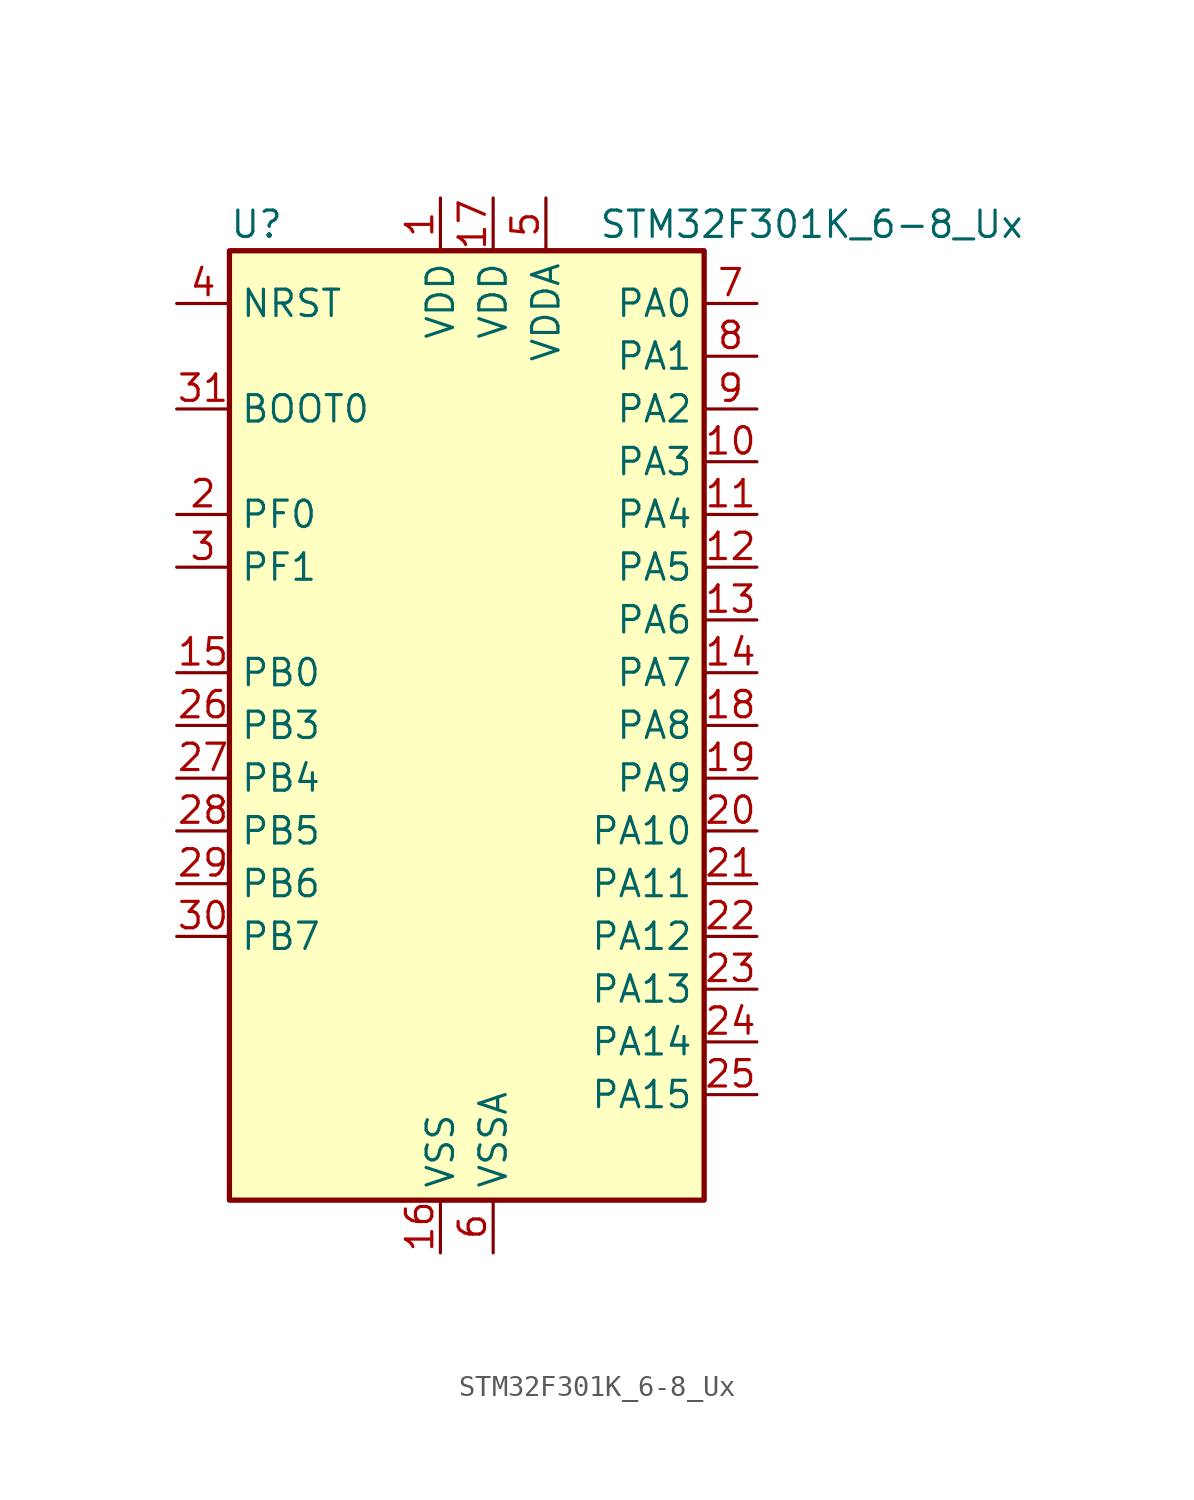
<source format=kicad_sym>
(kicad_symbol_lib
  (version 20220914)
  (generator kicad_symbol_editor)
  (symbol "STM32F301K_6-8_Ux"
    (property "Reference" "U"
      (at -10.16 24.13 0)
      (effects (font (size 1.27 1.27)) (justify left)))
    (property "Value" "STM32F301K_6-8_Ux"
      (at 7.62 24.13 0)
      (effects (font (size 1.27 1.27)) (justify left)))
    (property "ki_locked" ""
      (at 0 0 0)
      (effects (font (size 1.27 1.27))))
    (symbol "STM32F301K_6-8_Ux_0_1"
      (rectangle (start -10.16 -22.86) (end 12.7 22.86) (stroke (width 0.254) (type default)) (fill (type background))))
    (symbol "STM32F301K_6-8_Ux_1_1"
      (pin power_in line (at 0 25.4 270) (length 2.54) (name "VDD" (effects (font (size 1.27 1.27)))) (number "1" (effects (font (size 1.27 1.27)))))
      (pin bidirectional line (at 15.24 12.7 180) (length 2.54) (name "PA3" (effects (font (size 1.27 1.27)))) (number "10" (effects (font (size 1.27 1.27)))) (alternate "ADC1_IN4" bidirectional line) (alternate "TIM15_CH2" bidirectional line) (alternate "TIM2_CH4" bidirectional line) (alternate "TSC_G1_IO4" bidirectional line) (alternate "USART2_RX" bidirectional line))
      (pin bidirectional line (at 15.24 10.16 180) (length 2.54) (name "PA4" (effects (font (size 1.27 1.27)))) (number "11" (effects (font (size 1.27 1.27)))) (alternate "ADC1_IN5" bidirectional line) (alternate "COMP2_INM" bidirectional line) (alternate "COMP4_INM" bidirectional line) (alternate "DAC_OUT1" bidirectional line) (alternate "I2S3_WS" bidirectional line) (alternate "SPI3_NSS" bidirectional line) (alternate "TSC_G2_IO1" bidirectional line) (alternate "USART2_CK" bidirectional line))
      (pin bidirectional line (at 15.24 7.62 180) (length 2.54) (name "PA5" (effects (font (size 1.27 1.27)))) (number "12" (effects (font (size 1.27 1.27)))) (alternate "OPAMP2_VINM" bidirectional line) (alternate "OPAMP2_VINM_SEC" bidirectional line) (alternate "TIM2_CH1" bidirectional line) (alternate "TIM2_ETR" bidirectional line) (alternate "TSC_G2_IO2" bidirectional line))
      (pin bidirectional line (at 15.24 5.08 180) (length 2.54) (name "PA6" (effects (font (size 1.27 1.27)))) (number "13" (effects (font (size 1.27 1.27)))) (alternate "ADC1_IN10" bidirectional line) (alternate "OPAMP2_VOUT" bidirectional line) (alternate "TIM16_CH1" bidirectional line) (alternate "TIM1_BKIN" bidirectional line) (alternate "TSC_G2_IO3" bidirectional line))
      (pin bidirectional line (at 15.24 2.54 180) (length 2.54) (name "PA7" (effects (font (size 1.27 1.27)))) (number "14" (effects (font (size 1.27 1.27)))) (alternate "ADC1_IN15" bidirectional line) (alternate "COMP2_INP" bidirectional line) (alternate "OPAMP2_VINP" bidirectional line) (alternate "OPAMP2_VINP_SEC" bidirectional line) (alternate "TIM17_CH1" bidirectional line) (alternate "TIM1_CH1N" bidirectional line) (alternate "TSC_G2_IO4" bidirectional line))
      (pin bidirectional line (at -12.7 2.54 0) (length 2.54) (name "PB0" (effects (font (size 1.27 1.27)))) (number "15" (effects (font (size 1.27 1.27)))) (alternate "ADC1_IN11" bidirectional line) (alternate "COMP4_INP" bidirectional line) (alternate "OPAMP2_VINP" bidirectional line) (alternate "OPAMP2_VINP_SEC" bidirectional line) (alternate "TIM1_CH2N" bidirectional line) (alternate "TSC_G3_IO2" bidirectional line))
      (pin power_in line (at 0 -25.4 90) (length 2.54) (name "VSS" (effects (font (size 1.27 1.27)))) (number "16" (effects (font (size 1.27 1.27)))))
      (pin power_in line (at 2.54 25.4 270) (length 2.54) (name "VDD" (effects (font (size 1.27 1.27)))) (number "17" (effects (font (size 1.27 1.27)))))
      (pin bidirectional line (at 15.24 0 180) (length 2.54) (name "PA8" (effects (font (size 1.27 1.27)))) (number "18" (effects (font (size 1.27 1.27)))) (alternate "I2C2_SMBA" bidirectional line) (alternate "I2C3_SCL" bidirectional line) (alternate "I2S2_MCK" bidirectional line) (alternate "RCC_MCO" bidirectional line) (alternate "TIM1_CH1" bidirectional line) (alternate "USART1_CK" bidirectional line))
      (pin bidirectional line (at 15.24 -2.54 180) (length 2.54) (name "PA9" (effects (font (size 1.27 1.27)))) (number "19" (effects (font (size 1.27 1.27)))) (alternate "DAC_EXTI9" bidirectional line) (alternate "I2C2_SCL" bidirectional line) (alternate "I2C3_SMBA" bidirectional line) (alternate "I2S3_MCK" bidirectional line) (alternate "TIM15_BKIN" bidirectional line) (alternate "TIM1_CH2" bidirectional line) (alternate "TIM2_CH3" bidirectional line) (alternate "TSC_G4_IO1" bidirectional line) (alternate "USART1_TX" bidirectional line))
      (pin bidirectional line (at -12.7 10.16 0) (length 2.54) (name "PF0" (effects (font (size 1.27 1.27)))) (number "2" (effects (font (size 1.27 1.27)))) (alternate "I2C2_SDA" bidirectional line) (alternate "I2S2_WS" bidirectional line) (alternate "RCC_OSC_IN" bidirectional line) (alternate "SPI2_NSS" bidirectional line) (alternate "TIM1_CH3N" bidirectional line))
      (pin bidirectional line (at 15.24 -5.08 180) (length 2.54) (name "PA10" (effects (font (size 1.27 1.27)))) (number "20" (effects (font (size 1.27 1.27)))) (alternate "I2C2_SDA" bidirectional line) (alternate "I2S2_ext_SD" bidirectional line) (alternate "SPI2_MISO" bidirectional line) (alternate "TIM17_BKIN" bidirectional line) (alternate "TIM1_CH3" bidirectional line) (alternate "TIM2_CH4" bidirectional line) (alternate "TSC_G4_IO2" bidirectional line) (alternate "USART1_RX" bidirectional line))
      (pin bidirectional line (at 15.24 -7.62 180) (length 2.54) (name "PA11" (effects (font (size 1.27 1.27)))) (number "21" (effects (font (size 1.27 1.27)))) (alternate "ADC1_EXTI11" bidirectional line) (alternate "I2S2_SD" bidirectional line) (alternate "SPI2_MOSI" bidirectional line) (alternate "TIM1_BKIN2" bidirectional line) (alternate "TIM1_CH1N" bidirectional line) (alternate "TIM1_CH4" bidirectional line) (alternate "USART1_CTS" bidirectional line))
      (pin bidirectional line (at 15.24 -10.16 180) (length 2.54) (name "PA12" (effects (font (size 1.27 1.27)))) (number "22" (effects (font (size 1.27 1.27)))) (alternate "COMP2_OUT" bidirectional line) (alternate "I2S_CKIN" bidirectional line) (alternate "TIM16_CH1" bidirectional line) (alternate "TIM1_CH2N" bidirectional line) (alternate "TIM1_ETR" bidirectional line) (alternate "USART1_DE" bidirectional line) (alternate "USART1_RTS" bidirectional line))
      (pin bidirectional line (at 15.24 -12.7 180) (length 2.54) (name "PA13" (effects (font (size 1.27 1.27)))) (number "23" (effects (font (size 1.27 1.27)))) (alternate "IR_OUT" bidirectional line) (alternate "SYS_JTMS-SWDIO" bidirectional line) (alternate "TIM16_CH1N" bidirectional line) (alternate "TSC_G4_IO3" bidirectional line))
      (pin bidirectional line (at 15.24 -15.24 180) (length 2.54) (name "PA14" (effects (font (size 1.27 1.27)))) (number "24" (effects (font (size 1.27 1.27)))) (alternate "I2C1_SDA" bidirectional line) (alternate "SYS_JTCK-SWCLK" bidirectional line) (alternate "TIM1_BKIN" bidirectional line) (alternate "TSC_G4_IO4" bidirectional line) (alternate "USART2_TX" bidirectional line))
      (pin bidirectional line (at 15.24 -17.78 180) (length 2.54) (name "PA15" (effects (font (size 1.27 1.27)))) (number "25" (effects (font (size 1.27 1.27)))) (alternate "ADC1_EXTI15" bidirectional line) (alternate "I2C1_SCL" bidirectional line) (alternate "I2S3_WS" bidirectional line) (alternate "SPI3_NSS" bidirectional line) (alternate "SYS_JTDI" bidirectional line) (alternate "TIM1_BKIN" bidirectional line) (alternate "TIM2_CH1" bidirectional line) (alternate "TIM2_ETR" bidirectional line) (alternate "TSC_SYNC" bidirectional line) (alternate "USART2_RX" bidirectional line))
      (pin bidirectional line (at -12.7 0 0) (length 2.54) (name "PB3" (effects (font (size 1.27 1.27)))) (number "26" (effects (font (size 1.27 1.27)))) (alternate "I2S3_CK" bidirectional line) (alternate "SPI3_SCK" bidirectional line) (alternate "SYS_JTDO-TRACESWO" bidirectional line) (alternate "TIM2_CH2" bidirectional line) (alternate "TSC_G5_IO1" bidirectional line) (alternate "USART2_TX" bidirectional line))
      (pin bidirectional line (at -12.7 -2.54 0) (length 2.54) (name "PB4" (effects (font (size 1.27 1.27)))) (number "27" (effects (font (size 1.27 1.27)))) (alternate "I2S3_ext_SD" bidirectional line) (alternate "SPI3_MISO" bidirectional line) (alternate "SYS_NJTRST" bidirectional line) (alternate "TIM16_CH1" bidirectional line) (alternate "TIM17_BKIN" bidirectional line) (alternate "TSC_G5_IO2" bidirectional line) (alternate "USART2_RX" bidirectional line))
      (pin bidirectional line (at -12.7 -5.08 0) (length 2.54) (name "PB5" (effects (font (size 1.27 1.27)))) (number "28" (effects (font (size 1.27 1.27)))) (alternate "I2C1_SMBA" bidirectional line) (alternate "I2C3_SDA" bidirectional line) (alternate "I2S3_SD" bidirectional line) (alternate "SPI3_MOSI" bidirectional line) (alternate "TIM16_BKIN" bidirectional line) (alternate "TIM17_CH1" bidirectional line) (alternate "USART2_CK" bidirectional line))
      (pin bidirectional line (at -12.7 -7.62 0) (length 2.54) (name "PB6" (effects (font (size 1.27 1.27)))) (number "29" (effects (font (size 1.27 1.27)))) (alternate "I2C1_SCL" bidirectional line) (alternate "TIM16_CH1N" bidirectional line) (alternate "TSC_G5_IO3" bidirectional line) (alternate "USART1_TX" bidirectional line))
      (pin bidirectional line (at -12.7 7.62 0) (length 2.54) (name "PF1" (effects (font (size 1.27 1.27)))) (number "3" (effects (font (size 1.27 1.27)))) (alternate "I2C2_SCL" bidirectional line) (alternate "I2S2_CK" bidirectional line) (alternate "RCC_OSC_OUT" bidirectional line) (alternate "SPI2_SCK" bidirectional line))
      (pin bidirectional line (at -12.7 -10.16 0) (length 2.54) (name "PB7" (effects (font (size 1.27 1.27)))) (number "30" (effects (font (size 1.27 1.27)))) (alternate "I2C1_SDA" bidirectional line) (alternate "TIM17_CH1N" bidirectional line) (alternate "TSC_G5_IO4" bidirectional line) (alternate "USART1_RX" bidirectional line))
      (pin input line (at -12.7 15.24 0) (length 2.54) (name "BOOT0" (effects (font (size 1.27 1.27)))) (number "31" (effects (font (size 1.27 1.27)))))
      (pin passive line (at 0 -25.4 90) (length 2.54) hide (name "VSS" (effects (font (size 1.27 1.27)))) (number "32" (effects (font (size 1.27 1.27)))))
      (pin passive line (at 0 -25.4 90) (length 2.54) hide (name "VSS" (effects (font (size 1.27 1.27)))) (number "33" (effects (font (size 1.27 1.27)))))
      (pin input line (at -12.7 20.32 0) (length 2.54) (name "NRST" (effects (font (size 1.27 1.27)))) (number "4" (effects (font (size 1.27 1.27)))))
      (pin power_in line (at 5.08 25.4 270) (length 2.54) (name "VDDA" (effects (font (size 1.27 1.27)))) (number "5" (effects (font (size 1.27 1.27)))))
      (pin power_in line (at 2.54 -25.4 90) (length 2.54) (name "VSSA" (effects (font (size 1.27 1.27)))) (number "6" (effects (font (size 1.27 1.27)))))
      (pin bidirectional line (at 15.24 20.32 180) (length 2.54) (name "PA0" (effects (font (size 1.27 1.27)))) (number "7" (effects (font (size 1.27 1.27)))) (alternate "ADC1_IN1" bidirectional line) (alternate "RTC_TAMP2" bidirectional line) (alternate "SYS_WKUP1" bidirectional line) (alternate "TIM2_CH1" bidirectional line) (alternate "TIM2_ETR" bidirectional line) (alternate "TSC_G1_IO1" bidirectional line) (alternate "USART2_CTS" bidirectional line))
      (pin bidirectional line (at 15.24 17.78 180) (length 2.54) (name "PA1" (effects (font (size 1.27 1.27)))) (number "8" (effects (font (size 1.27 1.27)))) (alternate "ADC1_IN2" bidirectional line) (alternate "RTC_REFIN" bidirectional line) (alternate "TIM15_CH1N" bidirectional line) (alternate "TIM2_CH2" bidirectional line) (alternate "TSC_G1_IO2" bidirectional line) (alternate "USART2_DE" bidirectional line) (alternate "USART2_RTS" bidirectional line))
      (pin bidirectional line (at 15.24 15.24 180) (length 2.54) (name "PA2" (effects (font (size 1.27 1.27)))) (number "9" (effects (font (size 1.27 1.27)))) (alternate "ADC1_IN3" bidirectional line) (alternate "COMP2_INM" bidirectional line) (alternate "COMP2_OUT" bidirectional line) (alternate "TIM15_CH1" bidirectional line) (alternate "TIM2_CH3" bidirectional line) (alternate "TSC_G1_IO3" bidirectional line) (alternate "USART2_TX" bidirectional line)))))
</source>
